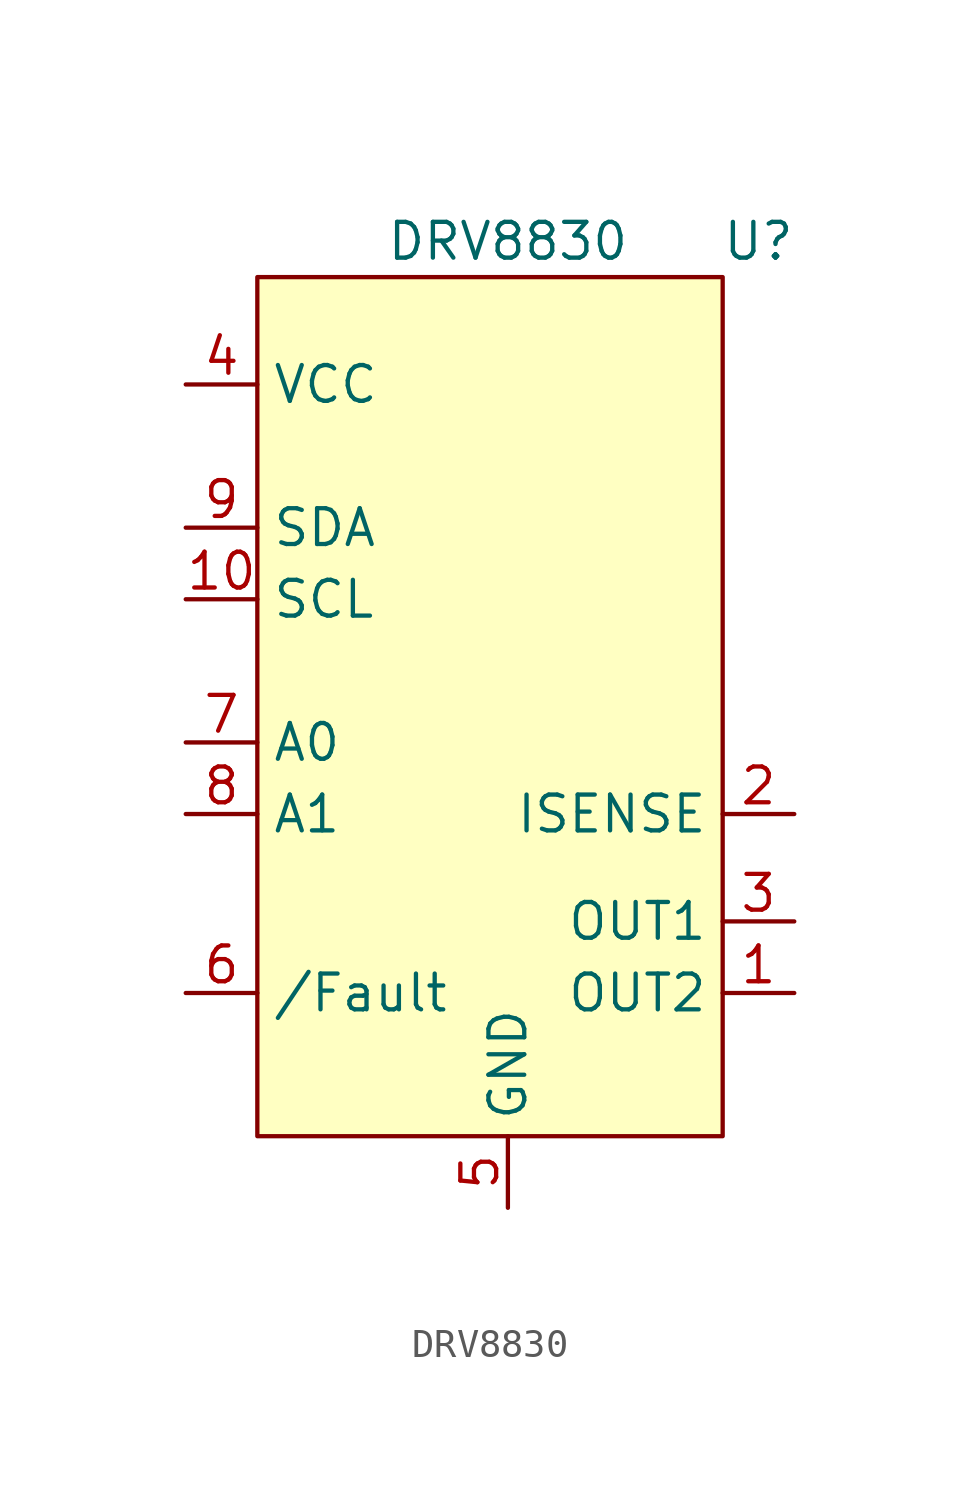
<source format=kicad_sym>
(kicad_symbol_lib
  (version 20211014)
  (generator kicad_symbol_editor)
  (symbol "DRV8830"
    (property "Reference" "U"
      (at 17.78 31.75 0)
      (effects (font (size 1.27 1.27))))
    (property "Value" "DRV8830"
      (at 8.89 31.75 0)
      (effects (font (size 1.27 1.27))))
    (symbol "DRV8830_0_1"
      (rectangle (start 0 30.48) (end 16.51 0) (stroke (width 0) (type default) (color 0 0 0 0)) (fill (type background))))
    (symbol "DRV8830_1_1"
      (pin output line (at 19.05 5.08 180) (length 2.54) (name "OUT2" (effects (font (size 1.27 1.27)))) (number "1" (effects (font (size 1.27 1.27)))))
      (pin input line (at -2.54 19.05 0) (length 2.54) (name "SCL" (effects (font (size 1.27 1.27)))) (number "10" (effects (font (size 1.27 1.27)))))
      (pin bidirectional line (at 19.05 11.43 180) (length 2.54) (name "ISENSE" (effects (font (size 1.27 1.27)))) (number "2" (effects (font (size 1.27 1.27)))))
      (pin output line (at 19.05 7.62 180) (length 2.54) (name "OUT1" (effects (font (size 1.27 1.27)))) (number "3" (effects (font (size 1.27 1.27)))))
      (pin input line (at -2.54 26.67 0) (length 2.54) (name "VCC" (effects (font (size 1.27 1.27)))) (number "4" (effects (font (size 1.27 1.27)))))
      (pin output line (at 8.89 -2.54 90) (length 2.54) (name "GND" (effects (font (size 1.27 1.27)))) (number "5" (effects (font (size 1.27 1.27)))))
      (pin output line (at -2.54 5.08 0) (length 2.54) (name "/Fault" (effects (font (size 1.27 1.27)))) (number "6" (effects (font (size 1.27 1.27)))))
      (pin input line (at -2.54 13.97 0) (length 2.54) (name "A0" (effects (font (size 1.27 1.27)))) (number "7" (effects (font (size 1.27 1.27)))))
      (pin input line (at -2.54 11.43 0) (length 2.54) (name "A1" (effects (font (size 1.27 1.27)))) (number "8" (effects (font (size 1.27 1.27)))))
      (pin input line (at -2.54 21.59 0) (length 2.54) (name "SDA" (effects (font (size 1.27 1.27)))) (number "9" (effects (font (size 1.27 1.27))))))))
</source>
